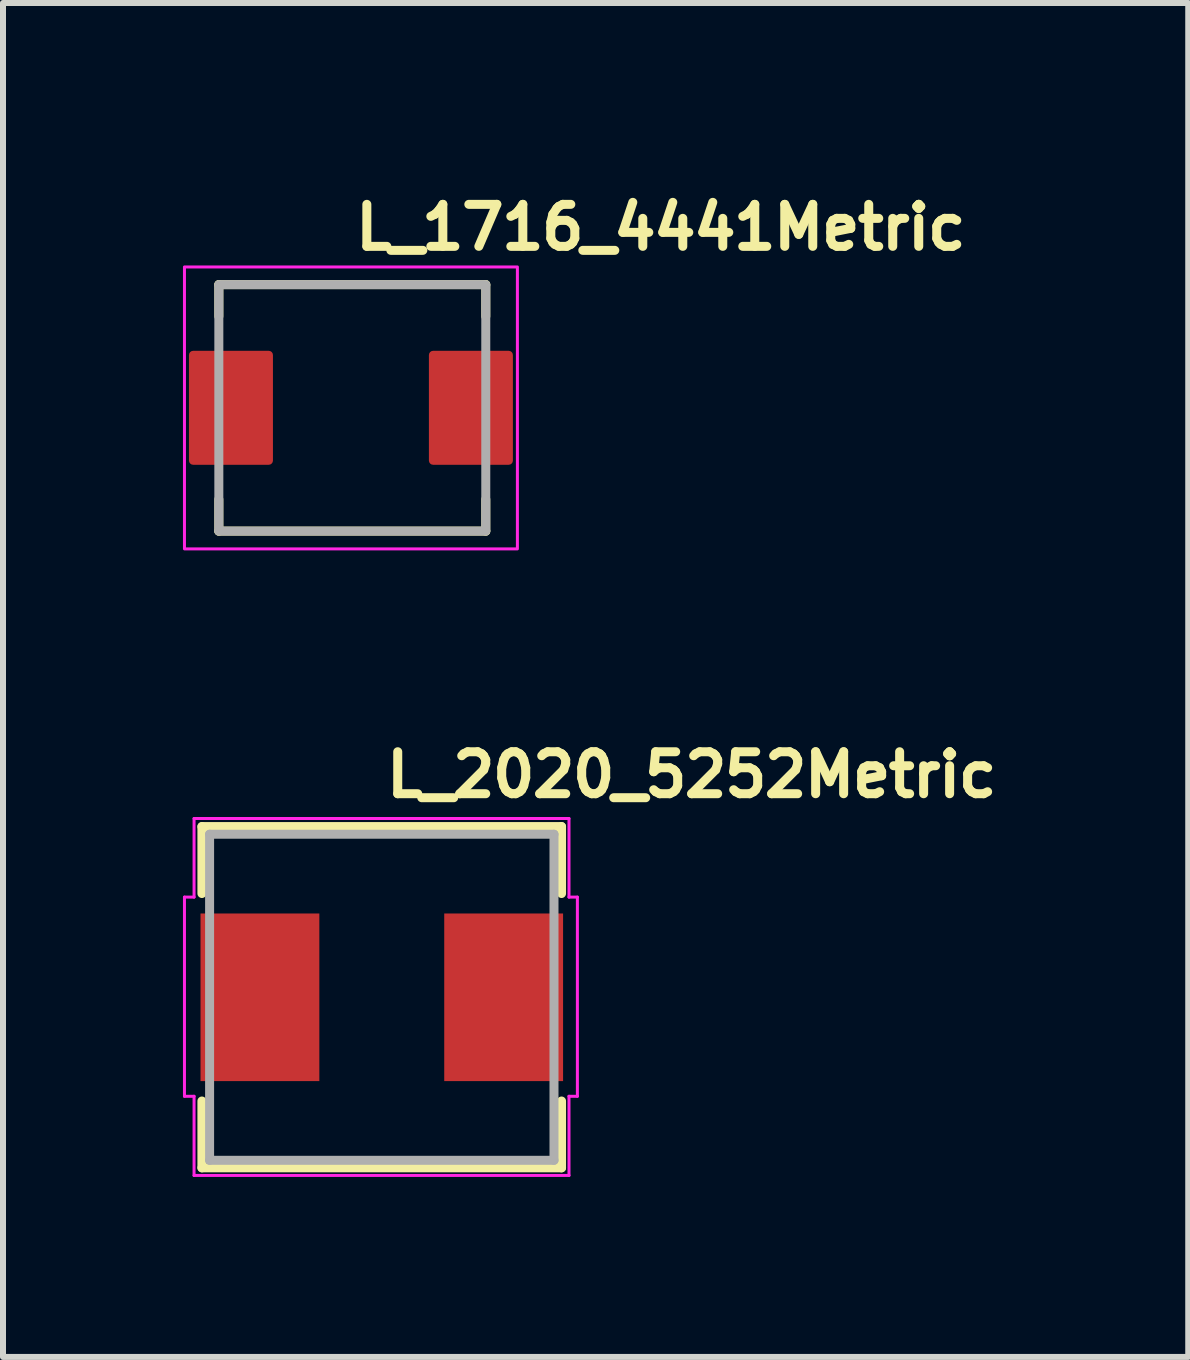
<source format=kicad_pcb>
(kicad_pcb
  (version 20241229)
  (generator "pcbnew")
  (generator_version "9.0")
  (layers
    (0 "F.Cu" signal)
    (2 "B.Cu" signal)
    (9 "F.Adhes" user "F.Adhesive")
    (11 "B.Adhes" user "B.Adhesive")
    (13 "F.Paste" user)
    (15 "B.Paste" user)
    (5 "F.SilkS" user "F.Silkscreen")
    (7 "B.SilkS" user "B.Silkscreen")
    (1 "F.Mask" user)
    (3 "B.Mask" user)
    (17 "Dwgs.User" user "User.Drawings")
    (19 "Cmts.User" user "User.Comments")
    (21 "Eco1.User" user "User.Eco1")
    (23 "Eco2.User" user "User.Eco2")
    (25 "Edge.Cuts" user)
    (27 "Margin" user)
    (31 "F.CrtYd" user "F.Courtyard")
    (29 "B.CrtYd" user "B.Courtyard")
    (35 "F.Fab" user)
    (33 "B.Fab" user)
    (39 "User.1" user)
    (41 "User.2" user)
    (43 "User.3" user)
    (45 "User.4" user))
  (footprint "L_1716_4441Metric"
    (layer "F.Cu")
    (at 2.8 3.75)
    (property "Reference" "L_1716_4441Metric" (at 0 -2.6 0) (layer "F.SilkS") (effects (font (size 0.7 0.7) (thickness 0.15)) (justify left bottom)))
    (attr smd)
    (fp_line (start -2.202 -2.055) (end 2.248 -2.055) (stroke (width 0.15) (type solid)) (layer "F.SilkS"))
    (fp_line (start -2.202 -1.526) (end -2.202 -2.055) (stroke (width 0.15) (type solid)) (layer "F.SilkS"))
    (fp_line (start -2.202 2.054) (end -2.202 1.524) (stroke (width 0.15) (type solid)) (layer "F.SilkS"))
    (fp_line (start -2.202 2.054) (end 2.248 2.054) (stroke (width 0.15) (type solid)) (layer "F.SilkS"))
    (fp_line (start 2.248 -2.055) (end 2.248 -1.526) (stroke (width 0.15) (type solid)) (layer "F.SilkS"))
    (fp_line (start 2.248 2.054) (end 2.248 1.524) (stroke (width 0.15) (type solid)) (layer "F.SilkS"))
    (fp_rect (start -2.775 -2.35) (end 2.775 2.35) (stroke (width 0.05) (type solid)) (fill no) (layer "F.CrtYd"))
    (fp_line (start -2.202 -2.055) (end 2.248 -2.055) (stroke (width 0.15) (type solid)) (layer "F.Fab"))
    (fp_line (start -2.202 2.03) (end -2.202 -2.03) (stroke (width 0.15) (type solid)) (layer "F.Fab"))
    (fp_line (start 2.248 -2.03) (end 2.248 2.03) (stroke (width 0.15) (type solid)) (layer "F.Fab"))
    (fp_line (start 2.248 2.054) (end -2.202 2.054) (stroke (width 0.15) (type solid)) (layer "F.Fab"))
    (fp_rect (start -2.202 -2.101) (end 2.2 2.1) (stroke (width 0.1) (type solid)) (fill no) (layer "User.5"))
    (fp_line (start -2.202 -1.002) (end -2.202 -0.33) (stroke (width 0.02) (type solid)) (layer "User.9"))
    (fp_line (start -2.202 -0.33) (end -2.202 0.058) (stroke (width 0.02) (type solid)) (layer "User.9"))
    (fp_line (start -2.202 -0.33) (end -2.101 -0.33) (stroke (width 0.02) (type solid)) (layer "User.9"))
    (fp_line (start -2.202 0.058) (end -2.202 0.998) (stroke (width 0.02) (type solid)) (layer "User.9"))
    (fp_line (start -2.202 0.998) (end -2.202 0.058) (stroke (width 0.02) (type solid)) (layer "User.9"))
    (fp_line (start -2.202 0.998) (end -2.101 0.998) (stroke (width 0.02) (type solid)) (layer "User.9"))
    (fp_line (start -2.101 -1.815) (end -2.101 -1.801) (stroke (width 0.02) (type solid)) (layer "User.9"))
    (fp_line (start -2.101 -1.002) (end -2.202 -1.002) (stroke (width 0.02) (type solid)) (layer "User.9"))
    (fp_line (start -2.101 0.058) (end -2.202 0.058) (stroke (width 0.02) (type solid)) (layer "User.9"))
    (fp_line (start -2.101 1.8) (end -2.101 -1.801) (stroke (width 0.02) (type solid)) (layer "User.9"))
    (fp_line (start -2.101 1.8) (end -2.101 1.814) (stroke (width 0.02) (type solid)) (layer "User.9"))
    (fp_line (start -2.101 1.814) (end -2.1 1.828) (stroke (width 0.02) (type solid)) (layer "User.9"))
    (fp_line (start -2.1 -1.831) (end -2.101 -1.815) (stroke (width 0.02) (type solid)) (layer "User.9"))
    (fp_line (start -2.1 1.828) (end -2.097 1.844) (stroke (width 0.02) (type solid)) (layer "User.9"))
    (fp_line (start -2.097 -1.845) (end -2.1 -1.831) (stroke (width 0.02) (type solid)) (layer "User.9"))
    (fp_line (start -2.097 1.844) (end -2.096 1.858) (stroke (width 0.02) (type solid)) (layer "User.9"))
    (fp_line (start -2.096 -1.859) (end -2.097 -1.845) (stroke (width 0.02) (type solid)) (layer "User.9"))
    (fp_line (start -2.096 1.858) (end -2.092 1.872) (stroke (width 0.02) (type solid)) (layer "User.9"))
    (fp_line (start -2.092 -1.875) (end -2.096 -1.859) (stroke (width 0.02) (type solid)) (layer "User.9"))
    (fp_line (start -2.092 1.872) (end -2.089 1.886) (stroke (width 0.02) (type solid)) (layer "User.9"))
    (fp_line (start -2.089 -1.889) (end -2.092 -1.875) (stroke (width 0.02) (type solid)) (layer "User.9"))
    (fp_line (start -2.089 1.886) (end -2.084 1.9) (stroke (width 0.02) (type solid)) (layer "User.9"))
    (fp_line (start -2.084 -1.903) (end -2.089 -1.889) (stroke (width 0.02) (type solid)) (layer "User.9"))
    (fp_line (start -2.084 1.9) (end -2.078 1.914) (stroke (width 0.02) (type solid)) (layer "User.9"))
    (fp_line (start -2.078 -1.915) (end -2.084 -1.903) (stroke (width 0.02) (type solid)) (layer "User.9"))
    (fp_line (start -2.078 1.914) (end -2.073 1.927) (stroke (width 0.02) (type solid)) (layer "User.9"))
    (fp_line (start -2.073 -1.93) (end -2.078 -1.915) (stroke (width 0.02) (type solid)) (layer "User.9"))
    (fp_line (start -2.073 1.927) (end -2.065 1.941) (stroke (width 0.02) (type solid)) (layer "User.9"))
    (fp_line (start -2.065 -1.942) (end -2.073 -1.93) (stroke (width 0.02) (type solid)) (layer "User.9"))
    (fp_line (start -2.065 1.941) (end -2.058 1.953) (stroke (width 0.02) (type solid)) (layer "User.9"))
    (fp_line (start -2.058 -1.956) (end -2.065 -1.942) (stroke (width 0.02) (type solid)) (layer "User.9"))
    (fp_line (start -2.058 1.953) (end -2.05 1.965) (stroke (width 0.02) (type solid)) (layer "User.9"))
    (fp_line (start -2.05 -1.968) (end -2.058 -1.956) (stroke (width 0.02) (type solid)) (layer "User.9"))
    (fp_line (start -2.05 1.965) (end -2.043 1.977) (stroke (width 0.02) (type solid)) (layer "User.9"))
    (fp_line (start -2.043 -1.98) (end -2.05 -1.968) (stroke (width 0.02) (type solid)) (layer "User.9"))
    (fp_line (start -2.043 1.977) (end -2.033 1.989) (stroke (width 0.02) (type solid)) (layer "User.9"))
    (fp_line (start -2.033 -1.992) (end -2.043 -1.98) (stroke (width 0.02) (type solid)) (layer "User.9"))
    (fp_line (start -2.033 1.989) (end -2.024 2) (stroke (width 0.02) (type solid)) (layer "User.9"))
    (fp_line (start -2.024 -2.003) (end -2.033 -1.992) (stroke (width 0.02) (type solid)) (layer "User.9"))
    (fp_line (start -2.024 2) (end -2.013 2.011) (stroke (width 0.02) (type solid)) (layer "User.9"))
    (fp_line (start -2.013 -2.013) (end -2.024 -2.003) (stroke (width 0.02) (type solid)) (layer "User.9"))
    (fp_line (start -2.013 -2.013) (end -2.013 -2.013) (stroke (width 0.02) (type solid)) (layer "User.9"))
    (fp_line (start -2.013 2.011) (end -2.013 2.011) (stroke (width 0.02) (type solid)) (layer "User.9"))
    (fp_line (start -2.013 2.011) (end -2.003 2.022) (stroke (width 0.02) (type solid)) (layer "User.9"))
    (fp_line (start -2.003 -2.024) (end -2.013 -2.013) (stroke (width 0.02) (type solid)) (layer "User.9"))
    (fp_line (start -2.003 2.022) (end -1.992 2.031) (stroke (width 0.02) (type solid)) (layer "User.9"))
    (fp_line (start -1.992 -2.033) (end -2.003 -2.024) (stroke (width 0.02) (type solid)) (layer "User.9"))
    (fp_line (start -1.992 2.031) (end -1.98 2.04) (stroke (width 0.02) (type solid)) (layer "User.9"))
    (fp_line (start -1.98 -2.043) (end -1.992 -2.033) (stroke (width 0.02) (type solid)) (layer "User.9"))
    (fp_line (start -1.98 2.04) (end -1.968 2.048) (stroke (width 0.02) (type solid)) (layer "User.9"))
    (fp_line (start -1.968 -2.05) (end -1.98 -2.043) (stroke (width 0.02) (type solid)) (layer "User.9"))
    (fp_line (start -1.968 2.048) (end -1.956 2.056) (stroke (width 0.02) (type solid)) (layer "User.9"))
    (fp_line (start -1.956 -2.058) (end -1.968 -2.05) (stroke (width 0.02) (type solid)) (layer "User.9"))
    (fp_line (start -1.956 2.056) (end -1.942 2.064) (stroke (width 0.02) (type solid)) (layer "User.9"))
    (fp_line (start -1.942 -2.065) (end -1.956 -2.058) (stroke (width 0.02) (type solid)) (layer "User.9"))
    (fp_line (start -1.942 2.064) (end -1.93 2.071) (stroke (width 0.02) (type solid)) (layer "User.9"))
    (fp_line (start -1.93 -2.073) (end -1.942 -2.065) (stroke (width 0.02) (type solid)) (layer "User.9"))
    (fp_line (start -1.93 2.071) (end -1.915 2.076) (stroke (width 0.02) (type solid)) (layer "User.9"))
    (fp_line (start -1.915 -2.078) (end -1.93 -2.073) (stroke (width 0.02) (type solid)) (layer "User.9"))
    (fp_line (start -1.915 2.076) (end -1.903 2.081) (stroke (width 0.02) (type solid)) (layer "User.9"))
    (fp_line (start -1.903 -2.084) (end -1.915 -2.078) (stroke (width 0.02) (type solid)) (layer "User.9"))
    (fp_line (start -1.903 2.081) (end -1.889 2.087) (stroke (width 0.02) (type solid)) (layer "User.9"))
    (fp_line (start -1.889 -2.089) (end -1.903 -2.084) (stroke (width 0.02) (type solid)) (layer "User.9"))
    (fp_line (start -1.889 2.087) (end -1.875 2.089) (stroke (width 0.02) (type solid)) (layer "User.9"))
    (fp_line (start -1.875 -2.092) (end -1.889 -2.089) (stroke (width 0.02) (type solid)) (layer "User.9"))
    (fp_line (start -1.875 2.089) (end -1.859 2.093) (stroke (width 0.02) (type solid)) (layer "User.9"))
    (fp_line (start -1.859 -2.096) (end -1.875 -2.092) (stroke (width 0.02) (type solid)) (layer "User.9"))
    (fp_line (start -1.859 2.093) (end -1.845 2.096) (stroke (width 0.02) (type solid)) (layer "User.9"))
    (fp_line (start -1.845 -2.097) (end -1.859 -2.096) (stroke (width 0.02) (type solid)) (layer "User.9"))
    (fp_line (start -1.845 2.096) (end -1.831 2.097) (stroke (width 0.02) (type solid)) (layer "User.9"))
    (fp_line (start -1.831 -2.1) (end -1.845 -2.097) (stroke (width 0.02) (type solid)) (layer "User.9"))
    (fp_line (start -1.831 2.097) (end -1.815 2.099) (stroke (width 0.02) (type solid)) (layer "User.9"))
    (fp_line (start -1.815 -2.101) (end -1.831 -2.1) (stroke (width 0.02) (type solid)) (layer "User.9"))
    (fp_line (start -1.815 2.099) (end -1.801 2.1) (stroke (width 0.02) (type solid)) (layer "User.9"))
    (fp_line (start -1.801 -2.101) (end -1.815 -2.101) (stroke (width 0.02) (type solid)) (layer "User.9"))
    (fp_line (start -1.801 -2.101) (end 1.798 -2.101) (stroke (width 0.02) (type solid)) (layer "User.9"))
    (fp_line (start 1.798 2.1) (end -1.801 2.1) (stroke (width 0.02) (type solid)) (layer "User.9"))
    (fp_line (start 1.798 2.1) (end 1.814 2.099) (stroke (width 0.02) (type solid)) (layer "User.9"))
    (fp_line (start 1.814 -2.101) (end 1.798 -2.101) (stroke (width 0.02) (type solid)) (layer "User.9"))
    (fp_line (start 1.814 2.099) (end 1.828 2.097) (stroke (width 0.02) (type solid)) (layer "User.9"))
    (fp_line (start 1.828 -2.1) (end 1.814 -2.101) (stroke (width 0.02) (type solid)) (layer "User.9"))
    (fp_line (start 1.828 2.097) (end 1.844 2.096) (stroke (width 0.02) (type solid)) (layer "User.9"))
    (fp_line (start 1.844 -2.097) (end 1.828 -2.1) (stroke (width 0.02) (type solid)) (layer "User.9"))
    (fp_line (start 1.844 2.096) (end 1.858 2.093) (stroke (width 0.02) (type solid)) (layer "User.9"))
    (fp_line (start 1.858 -2.096) (end 1.844 -2.097) (stroke (width 0.02) (type solid)) (layer "User.9"))
    (fp_line (start 1.858 2.093) (end 1.872 2.089) (stroke (width 0.02) (type solid)) (layer "User.9"))
    (fp_line (start 1.872 -2.092) (end 1.858 -2.096) (stroke (width 0.02) (type solid)) (layer "User.9"))
    (fp_line (start 1.872 2.089) (end 1.886 2.087) (stroke (width 0.02) (type solid)) (layer "User.9"))
    (fp_line (start 1.886 -2.089) (end 1.872 -2.092) (stroke (width 0.02) (type solid)) (layer "User.9"))
    (fp_line (start 1.886 2.087) (end 1.9 2.081) (stroke (width 0.02) (type solid)) (layer "User.9"))
    (fp_line (start 1.9 -2.084) (end 1.886 -2.089) (stroke (width 0.02) (type solid)) (layer "User.9"))
    (fp_line (start 1.9 2.081) (end 1.914 2.076) (stroke (width 0.02) (type solid)) (layer "User.9"))
    (fp_line (start 1.914 -2.078) (end 1.9 -2.084) (stroke (width 0.02) (type solid)) (layer "User.9"))
    (fp_line (start 1.914 2.076) (end 1.927 2.071) (stroke (width 0.02) (type solid)) (layer "User.9"))
    (fp_line (start 1.927 -2.073) (end 1.914 -2.078) (stroke (width 0.02) (type solid)) (layer "User.9"))
    (fp_line (start 1.927 2.071) (end 1.941 2.064) (stroke (width 0.02) (type solid)) (layer "User.9"))
    (fp_line (start 1.941 -2.065) (end 1.927 -2.073) (stroke (width 0.02) (type solid)) (layer "User.9"))
    (fp_line (start 1.941 2.064) (end 1.953 2.056) (stroke (width 0.02) (type solid)) (layer "User.9"))
    (fp_line (start 1.953 -2.058) (end 1.941 -2.065) (stroke (width 0.02) (type solid)) (layer "User.9"))
    (fp_line (start 1.953 2.056) (end 1.965 2.048) (stroke (width 0.02) (type solid)) (layer "User.9"))
    (fp_line (start 1.965 -2.05) (end 1.953 -2.058) (stroke (width 0.02) (type solid)) (layer "User.9"))
    (fp_line (start 1.965 2.048) (end 1.977 2.04) (stroke (width 0.02) (type solid)) (layer "User.9"))
    (fp_line (start 1.977 -2.043) (end 1.965 -2.05) (stroke (width 0.02) (type solid)) (layer "User.9"))
    (fp_line (start 1.977 2.04) (end 1.989 2.031) (stroke (width 0.02) (type solid)) (layer "User.9"))
    (fp_line (start 1.989 -2.033) (end 1.977 -2.043) (stroke (width 0.02) (type solid)) (layer "User.9"))
    (fp_line (start 1.989 2.031) (end 2 2.022) (stroke (width 0.02) (type solid)) (layer "User.9"))
    (fp_line (start 2 -2.024) (end 1.989 -2.033) (stroke (width 0.02) (type solid)) (layer "User.9"))
    (fp_line (start 2 2.022) (end 2.011 2.011) (stroke (width 0.02) (type solid)) (layer "User.9"))
    (fp_line (start 2.011 -2.013) (end 2 -2.024) (stroke (width 0.02) (type solid)) (layer "User.9"))
    (fp_line (start 2.011 -2.013) (end 2.011 -2.013) (stroke (width 0.02) (type solid)) (layer "User.9"))
    (fp_line (start 2.011 2.011) (end 2.011 2.011) (stroke (width 0.02) (type solid)) (layer "User.9"))
    (fp_line (start 2.011 2.011) (end 2.022 2) (stroke (width 0.02) (type solid)) (layer "User.9"))
    (fp_line (start 2.022 -2.003) (end 2.011 -2.013) (stroke (width 0.02) (type solid)) (layer "User.9"))
    (fp_line (start 2.022 2) (end 2.031 1.989) (stroke (width 0.02) (type solid)) (layer "User.9"))
    (fp_line (start 2.031 -1.992) (end 2.022 -2.003) (stroke (width 0.02) (type solid)) (layer "User.9"))
    (fp_line (start 2.031 1.989) (end 2.04 1.977) (stroke (width 0.02) (type solid)) (layer "User.9"))
    (fp_line (start 2.04 -1.98) (end 2.031 -1.992) (stroke (width 0.02) (type solid)) (layer "User.9"))
    (fp_line (start 2.04 1.977) (end 2.048 1.965) (stroke (width 0.02) (type solid)) (layer "User.9"))
    (fp_line (start 2.048 -1.968) (end 2.04 -1.98) (stroke (width 0.02) (type solid)) (layer "User.9"))
    (fp_line (start 2.048 1.965) (end 2.056 1.953) (stroke (width 0.02) (type solid)) (layer "User.9"))
    (fp_line (start 2.056 -1.956) (end 2.048 -1.968) (stroke (width 0.02) (type solid)) (layer "User.9"))
    (fp_line (start 2.056 1.953) (end 2.064 1.941) (stroke (width 0.02) (type solid)) (layer "User.9"))
    (fp_line (start 2.064 -1.942) (end 2.056 -1.956) (stroke (width 0.02) (type solid)) (layer "User.9"))
    (fp_line (start 2.064 1.941) (end 2.071 1.927) (stroke (width 0.02) (type solid)) (layer "User.9"))
    (fp_line (start 2.071 -1.93) (end 2.064 -1.942) (stroke (width 0.02) (type solid)) (layer "User.9"))
    (fp_line (start 2.071 1.927) (end 2.076 1.914) (stroke (width 0.02) (type solid)) (layer "User.9"))
    (fp_line (start 2.076 -1.915) (end 2.071 -1.93) (stroke (width 0.02) (type solid)) (layer "User.9"))
    (fp_line (start 2.076 1.914) (end 2.081 1.9) (stroke (width 0.02) (type solid)) (layer "User.9"))
    (fp_line (start 2.081 -1.903) (end 2.076 -1.915) (stroke (width 0.02) (type solid)) (layer "User.9"))
    (fp_line (start 2.081 1.9) (end 2.087 1.886) (stroke (width 0.02) (type solid)) (layer "User.9"))
    (fp_line (start 2.087 -1.889) (end 2.081 -1.903) (stroke (width 0.02) (type solid)) (layer "User.9"))
    (fp_line (start 2.087 1.886) (end 2.089 1.872) (stroke (width 0.02) (type solid)) (layer "User.9"))
    (fp_line (start 2.089 -1.875) (end 2.087 -1.889) (stroke (width 0.02) (type solid)) (layer "User.9"))
    (fp_line (start 2.089 1.872) (end 2.093 1.858) (stroke (width 0.02) (type solid)) (layer "User.9"))
    (fp_line (start 2.093 -1.859) (end 2.089 -1.875) (stroke (width 0.02) (type solid)) (layer "User.9"))
    (fp_line (start 2.093 1.858) (end 2.096 1.844) (stroke (width 0.02) (type solid)) (layer "User.9"))
    (fp_line (start 2.096 -1.845) (end 2.093 -1.859) (stroke (width 0.02) (type solid)) (layer "User.9"))
    (fp_line (start 2.096 1.844) (end 2.097 1.828) (stroke (width 0.02) (type solid)) (layer "User.9"))
    (fp_line (start 2.097 -1.831) (end 2.096 -1.845) (stroke (width 0.02) (type solid)) (layer "User.9"))
    (fp_line (start 2.097 1.828) (end 2.099 1.814) (stroke (width 0.02) (type solid)) (layer "User.9"))
    (fp_line (start 2.099 -1.815) (end 2.097 -1.831) (stroke (width 0.02) (type solid)) (layer "User.9"))
    (fp_line (start 2.099 -1.801) (end 2.099 -1.815) (stroke (width 0.02) (type solid)) (layer "User.9"))
    (fp_line (start 2.099 -1.801) (end 2.099 1.8) (stroke (width 0.02) (type solid)) (layer "User.9"))
    (fp_line (start 2.099 -1.002) (end 2.2 -1.002) (stroke (width 0.02) (type solid)) (layer "User.9"))
    (fp_line (start 2.099 0.058) (end 2.2 0.058) (stroke (width 0.02) (type solid)) (layer "User.9"))
    (fp_line (start 2.099 1.814) (end 2.099 1.8) (stroke (width 0.02) (type solid)) (layer "User.9"))
    (fp_line (start 2.2 -1.002) (end 2.2 -0.33) (stroke (width 0.02) (type solid)) (layer "User.9"))
    (fp_line (start 2.2 -0.33) (end 2.099 -0.33) (stroke (width 0.02) (type solid)) (layer "User.9"))
    (fp_line (start 2.2 -0.33) (end 2.2 0.058) (stroke (width 0.02) (type solid)) (layer "User.9"))
    (fp_line (start 2.2 0.058) (end 2.2 0.998) (stroke (width 0.02) (type solid)) (layer "User.9"))
    (fp_line (start 2.2 0.998) (end 2.099 0.998) (stroke (width 0.02) (type solid)) (layer "User.9"))
    (pad "1" smd roundrect (at -2 -0.002) (size 1.4 1.9) (layers "F.Cu" "F.Mask" "F.Paste") (roundrect_rratio 0.05))
    (pad "2" smd roundrect (at 2 -0.002) (size 1.4 1.9) (layers "F.Cu" "F.Mask" "F.Paste") (roundrect_rratio 0.05)))
  (footprint "L_2020_5252Metric"
    (layer "F.Cu")
    (at 3.315 13.575)
    (property "Reference" "L_2020_5252Metric" (at 0 -3.3 0) (layer "F.SilkS") (effects (font (size 0.7 0.7) (thickness 0.15)) (justify left bottom)))
    (attr smd)
    (fp_line (start -2.999 -2.846) (end -2.999 -1.73) (stroke (width 0.15) (type solid)) (layer "F.SilkS"))
    (fp_line (start -2.999 1.729) (end -2.999 2.843) (stroke (width 0.15) (type solid)) (layer "F.SilkS"))
    (fp_line (start -2.999 2.843) (end 2.996 2.843) (stroke (width 0.15) (type solid)) (layer "F.SilkS"))
    (fp_line (start 2.996 -2.846) (end -2.999 -2.846) (stroke (width 0.15) (type solid)) (layer "F.SilkS"))
    (fp_line (start 2.996 -1.73) (end 2.996 -2.846) (stroke (width 0.15) (type solid)) (layer "F.SilkS"))
    (fp_line (start 2.996 2.843) (end 2.996 1.729) (stroke (width 0.15) (type solid)) (layer "F.SilkS"))
    (fp_line (start -3.29 -1.67) (end -3.13 -1.67) (stroke (width 0.05) (type solid)) (layer "F.CrtYd"))
    (fp_line (start -3.29 1.65) (end -3.29 -1.67) (stroke (width 0.05) (type solid)) (layer "F.CrtYd"))
    (fp_line (start -3.13 -2.98) (end 3.12 -2.98) (stroke (width 0.05) (type solid)) (layer "F.CrtYd"))
    (fp_line (start -3.13 -1.67) (end -3.13 -2.98) (stroke (width 0.05) (type solid)) (layer "F.CrtYd"))
    (fp_line (start -3.13 1.65) (end -3.29 1.65) (stroke (width 0.05) (type solid)) (layer "F.CrtYd"))
    (fp_line (start -3.13 2.97) (end -3.13 1.65) (stroke (width 0.05) (type solid)) (layer "F.CrtYd"))
    (fp_line (start 3.12 -2.98) (end 3.12 -1.67) (stroke (width 0.05) (type solid)) (layer "F.CrtYd"))
    (fp_line (start 3.12 -1.67) (end 3.26 -1.67) (stroke (width 0.05) (type solid)) (layer "F.CrtYd"))
    (fp_line (start 3.12 1.65) (end 3.12 2.97) (stroke (width 0.05) (type solid)) (layer "F.CrtYd"))
    (fp_line (start 3.12 2.97) (end -3.13 2.97) (stroke (width 0.05) (type solid)) (layer "F.CrtYd"))
    (fp_line (start 3.26 -1.67) (end 3.26 1.65) (stroke (width 0.05) (type solid)) (layer "F.CrtYd"))
    (fp_line (start 3.26 1.65) (end 3.12 1.65) (stroke (width 0.05) (type solid)) (layer "F.CrtYd"))
    (fp_line (start -2.871 -2.718) (end -2.871 2.717) (stroke (width 0.15) (type solid)) (layer "F.Fab"))
    (fp_line (start -2.871 2.717) (end 2.87 2.717) (stroke (width 0.15) (type solid)) (layer "F.Fab"))
    (fp_line (start 2.87 -2.718) (end -2.871 -2.718) (stroke (width 0.15) (type solid)) (layer "F.Fab"))
    (fp_line (start 2.87 2.717) (end 2.87 -2.718) (stroke (width 0.15) (type solid)) (layer "F.Fab"))
    (fp_rect (start -2.871 -2.718) (end 2.87 2.717) (stroke (width 0.1) (type solid)) (fill no) (layer "User.5"))
    (fp_line (start -2.871 -1.397) (end -2.711 -1.397) (stroke (width 0.02) (type solid)) (layer "User.9"))
    (fp_line (start -2.871 1.396) (end -2.871 -1.397) (stroke (width 0.02) (type solid)) (layer "User.9"))
    (fp_line (start -2.711 -2.718) (end 2.709 -2.718) (stroke (width 0.02) (type solid)) (layer "User.9"))
    (fp_line (start -2.711 1.396) (end -2.871 1.396) (stroke (width 0.02) (type solid)) (layer "User.9"))
    (fp_line (start -2.711 2.717) (end -2.711 -2.718) (stroke (width 0.02) (type solid)) (layer "User.9"))
    (fp_line (start -2.605 -2.609) (end -2.605 2.608) (stroke (width 0.02) (type solid)) (layer "User.9"))
    (fp_line (start -2.605 2.608) (end -1.518 2.608) (stroke (width 0.02) (type solid)) (layer "User.9"))
    (fp_line (start -1.518 -2.609) (end -2.605 -2.609) (stroke (width 0.02) (type solid)) (layer "User.9"))
    (fp_line (start -1.518 2.608) (end -1.518 -2.609) (stroke (width 0.02) (type solid)) (layer "User.9"))
    (fp_line (start 2.709 -2.718) (end 2.709 2.717) (stroke (width 0.02) (type solid)) (layer "User.9"))
    (fp_line (start 2.709 -1.397) (end 2.87 -1.397) (stroke (width 0.02) (type solid)) (layer "User.9"))
    (fp_line (start 2.709 2.717) (end -2.711 2.717) (stroke (width 0.02) (type solid)) (layer "User.9"))
    (fp_line (start 2.87 -1.397) (end 2.87 1.396) (stroke (width 0.02) (type solid)) (layer "User.9"))
    (fp_line (start 2.87 1.396) (end 2.709 1.396) (stroke (width 0.02) (type solid)) (layer "User.9"))
    (pad "1" smd rect (at -2.032 0 90) (size 2.794 1.981) (layers "F.Cu" "F.Mask" "F.Paste"))
    (pad "2" smd rect (at 2.031 0 90) (size 2.794 1.981) (layers "F.Cu" "F.Mask" "F.Paste")))
  (gr_rect
    (start -3 -3)
    (end 16.758 19.57)
    (stroke (width 0.1) (type default))
    (fill no)
    (layer "Edge.Cuts")))
</source>
